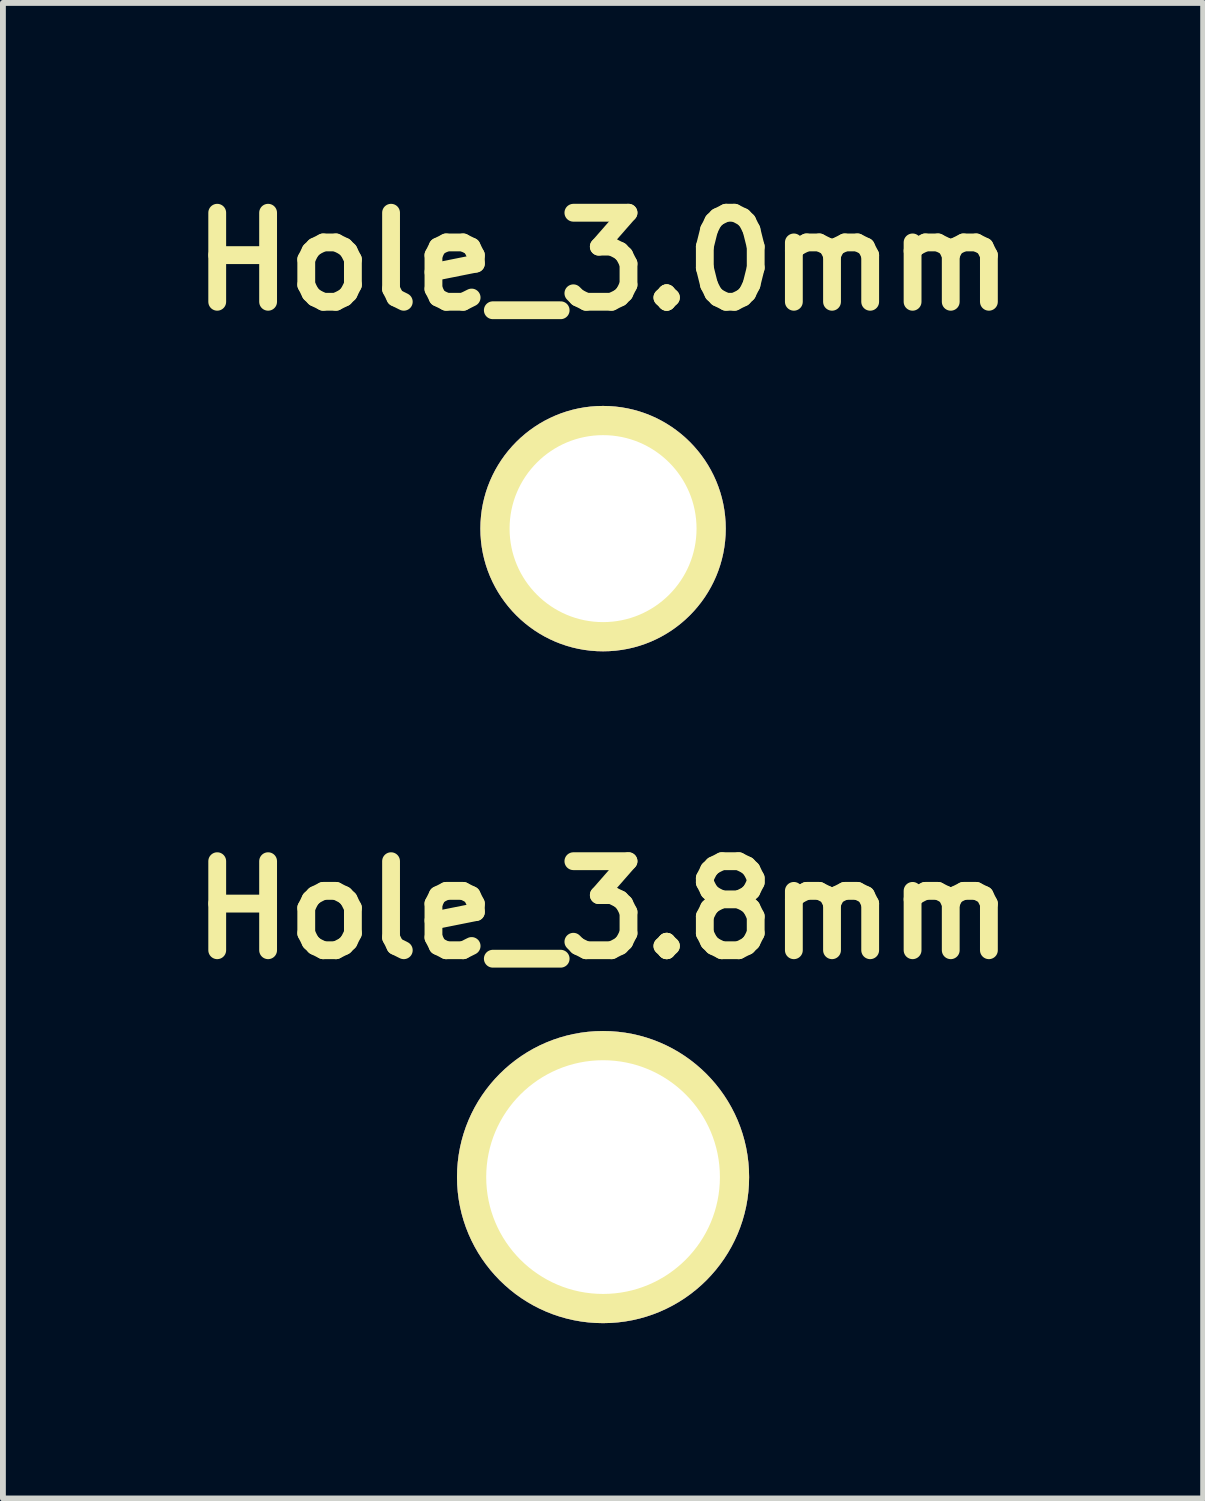
<source format=kicad_pcb>
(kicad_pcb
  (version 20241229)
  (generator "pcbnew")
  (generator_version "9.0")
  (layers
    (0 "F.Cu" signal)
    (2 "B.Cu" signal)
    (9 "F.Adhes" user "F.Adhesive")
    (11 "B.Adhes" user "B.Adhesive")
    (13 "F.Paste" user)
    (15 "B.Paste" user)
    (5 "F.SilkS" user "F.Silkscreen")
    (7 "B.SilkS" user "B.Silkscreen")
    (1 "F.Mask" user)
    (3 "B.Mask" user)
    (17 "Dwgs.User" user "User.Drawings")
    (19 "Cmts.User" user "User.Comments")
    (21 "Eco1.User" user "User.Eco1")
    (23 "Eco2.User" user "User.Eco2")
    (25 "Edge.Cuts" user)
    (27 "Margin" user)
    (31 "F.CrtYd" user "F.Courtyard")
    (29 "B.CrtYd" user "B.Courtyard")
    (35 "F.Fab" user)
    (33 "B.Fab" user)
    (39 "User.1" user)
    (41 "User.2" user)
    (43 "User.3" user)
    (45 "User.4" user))
  (footprint "Hole_3.8mm"
    (layer "F.Cu")
    (at 7.272 17.097)
    (property "Reference" "Hole_3.8mm" (at 0 -4.572 0) (layer "F.SilkS") (effects (font (size 1.524 1.524) (thickness 0.305))))
    (attr through_hole)
    (pad "1" thru_hole circle (at 0 0) (size 5 5) (drill 4) (layers "*.Cu" "*.Mask" "F.SilkS")))
  (footprint "Hole_3.0mm"
    (layer "F.Cu")
    (at 7.272 5.998)
    (property "Reference" "Hole_3.0mm" (at 0 -4.572 0) (layer "F.SilkS") (effects (font (size 1.524 1.524) (thickness 0.305))))
    (attr through_hole)
    (pad "1" thru_hole circle (at 0 0) (size 4.2 4.2) (drill 3.2) (layers "*.Cu" "*.Mask" "F.SilkS")))
  (gr_rect
    (start -3 -3)
    (end 17.543 22.597)
    (stroke (width 0.1) (type default))
    (fill no)
    (layer "Edge.Cuts")))
</source>
